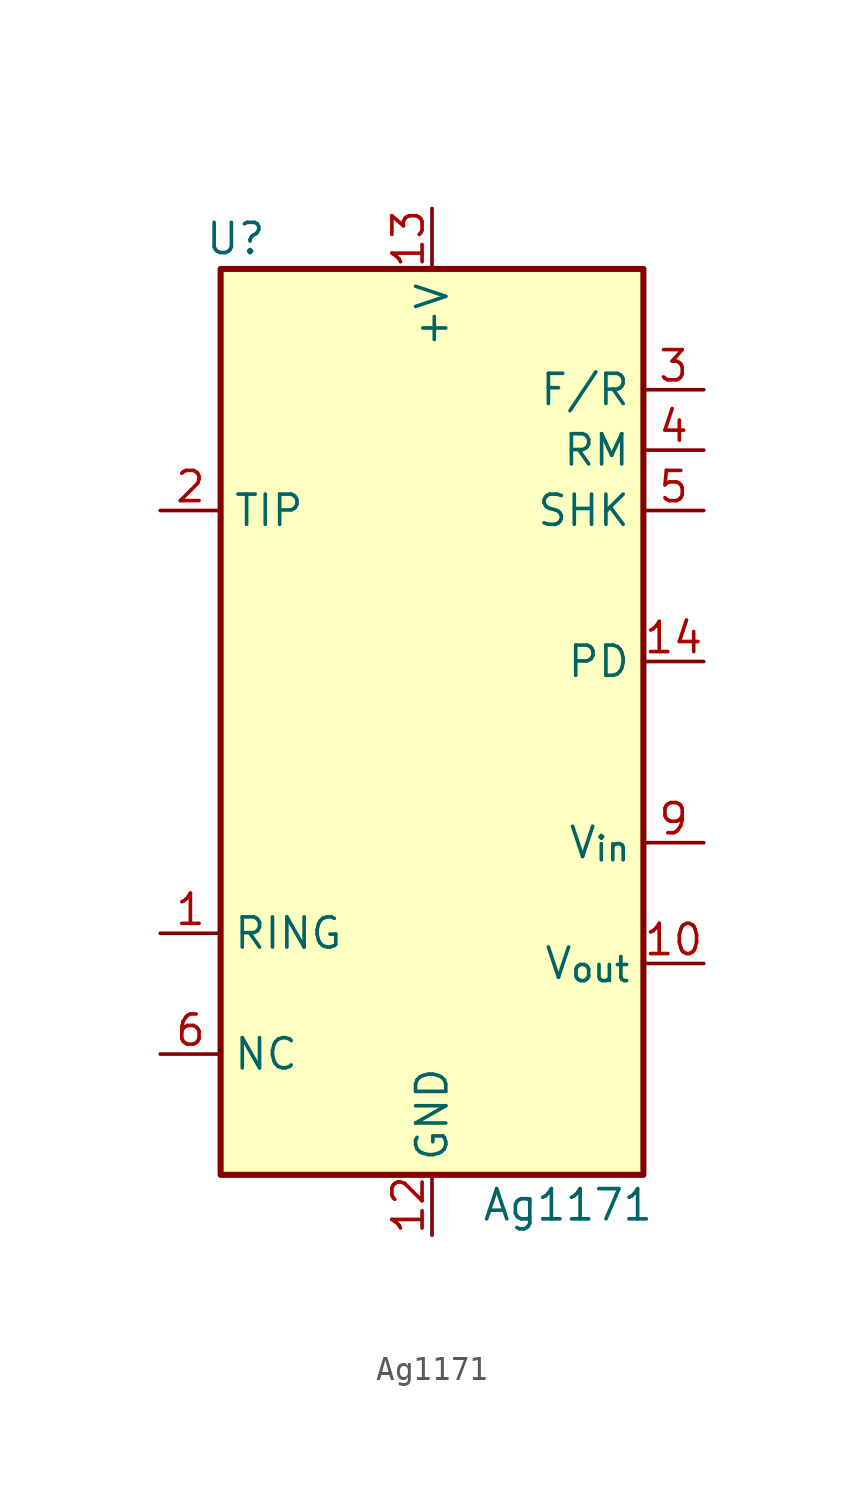
<source format=kicad_sym>
(kicad_symbol_lib
  (version 20231120)
  (generator "kicad_symbol_editor")
  (generator_version "8.0")
  (symbol "Ag1171"
    (property "Reference" "U"
      (at -8.255 20.32 0)
      (effects (font (size 1.27 1.27))))
    (property "Value" "Ag1171"
      (at 5.715 -20.32 0)
      (effects (font (size 1.27 1.27))))
    (symbol "Ag1171_1_1"
      (rectangle (start -8.89 19.05) (end 8.89 -19.05) (stroke (width 0.254) (type default)) (fill (type background)))
      (pin input line (at -11.43 -8.89 0) (length 2.54) (name "RING" (effects (font (size 1.27 1.27)))) (number "1" (effects (font (size 1.27 1.27)))))
      (pin input line (at 11.43 -10.16 180) (length 2.54) (name "V_{out}" (effects (font (size 1.27 1.27)))) (number "10" (effects (font (size 1.27 1.27)))))
      (pin input line (at -11.43 -13.97 0) (length 2.54) hide (name "NC" (effects (font (size 1.27 1.27)))) (number "11" (effects (font (size 1.27 1.27)))))
      (pin power_in line (at 0 -21.59 90) (length 2.54) (name "GND" (effects (font (size 1.27 1.27)))) (number "12" (effects (font (size 1.27 1.27)))))
      (pin power_in line (at 0 21.59 270) (length 2.54) (name "+V" (effects (font (size 1.27 1.27)))) (number "13" (effects (font (size 1.27 1.27)))))
      (pin input line (at 11.43 2.54 180) (length 2.54) (name "PD" (effects (font (size 1.27 1.27)))) (number "14" (effects (font (size 1.27 1.27)))))
      (pin input line (at -11.43 8.89 0) (length 2.54) (name "TIP" (effects (font (size 1.27 1.27)))) (number "2" (effects (font (size 1.27 1.27)))))
      (pin input line (at 11.43 13.97 180) (length 2.54) (name "F/R" (effects (font (size 1.27 1.27)))) (number "3" (effects (font (size 1.27 1.27)))))
      (pin input line (at 11.43 11.43 180) (length 2.54) (name "RM" (effects (font (size 1.27 1.27)))) (number "4" (effects (font (size 1.27 1.27)))))
      (pin input line (at 11.43 8.89 180) (length 2.54) (name "SHK" (effects (font (size 1.27 1.27)))) (number "5" (effects (font (size 1.27 1.27)))))
      (pin input line (at -11.43 -13.97 0) (length 2.54) (name "NC" (effects (font (size 1.27 1.27)))) (number "6" (effects (font (size 1.27 1.27)))))
      (pin input line (at -11.43 -13.97 0) (length 2.54) hide (name "NC" (effects (font (size 1.27 1.27)))) (number "7" (effects (font (size 1.27 1.27)))))
      (pin input line (at -11.43 -13.97 0) (length 2.54) hide (name "NC" (effects (font (size 1.27 1.27)))) (number "8" (effects (font (size 1.27 1.27)))))
      (pin input line (at 11.43 -5.08 180) (length 2.54) (name "V_{in}" (effects (font (size 1.27 1.27)))) (number "9" (effects (font (size 1.27 1.27))))))))
</source>
